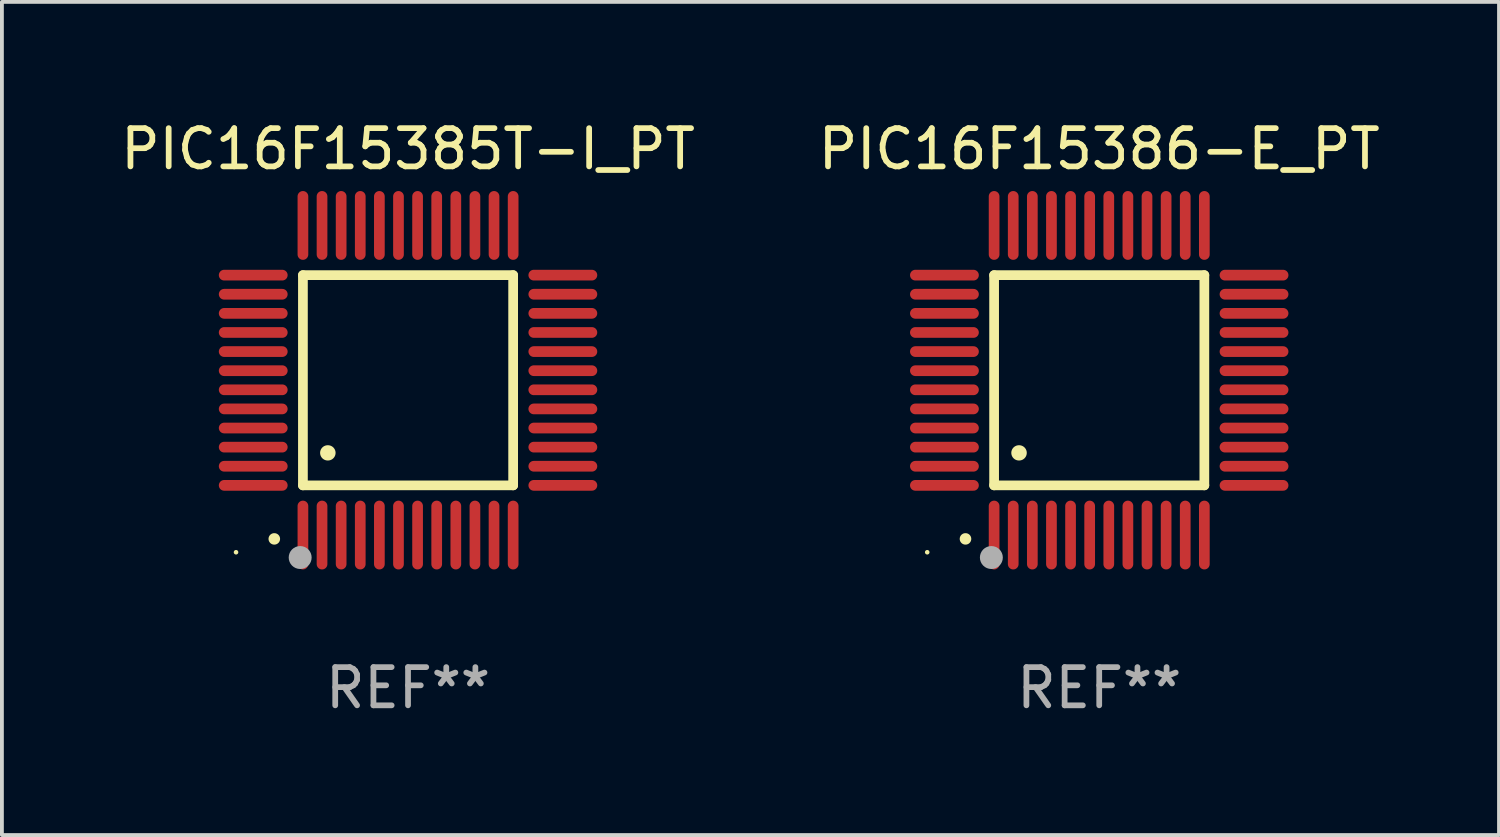
<source format=kicad_pcb>
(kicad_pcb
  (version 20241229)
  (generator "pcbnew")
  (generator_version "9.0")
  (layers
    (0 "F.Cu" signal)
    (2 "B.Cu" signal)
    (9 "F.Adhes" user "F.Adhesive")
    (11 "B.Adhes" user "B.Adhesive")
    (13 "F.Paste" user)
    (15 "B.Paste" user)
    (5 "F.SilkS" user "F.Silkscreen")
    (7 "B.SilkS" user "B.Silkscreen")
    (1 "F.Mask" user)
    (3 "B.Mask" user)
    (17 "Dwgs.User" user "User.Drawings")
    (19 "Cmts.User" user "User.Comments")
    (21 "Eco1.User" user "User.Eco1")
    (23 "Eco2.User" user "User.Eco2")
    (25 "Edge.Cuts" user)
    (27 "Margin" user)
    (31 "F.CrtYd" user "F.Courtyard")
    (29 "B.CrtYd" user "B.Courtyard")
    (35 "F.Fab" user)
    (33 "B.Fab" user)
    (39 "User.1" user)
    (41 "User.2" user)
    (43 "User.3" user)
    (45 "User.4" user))
  (footprint "PIC16F15385T-I_PT"
    (layer "F.Cu")
    (at 7.625 6.898)
    (property "Reference" "PIC16F15385T-I_PT" (at 0 -6.05 0) (layer "F.SilkS") (effects (font (size 1 1) (thickness 0.15))))
    (attr through_hole)
    (fp_line (start -2.75 -2.75) (end 2.75 -2.75) (stroke (width 0.254) (type solid)) (layer "F.SilkS"))
    (fp_line (start -2.75 2.75) (end -2.75 -2.75) (stroke (width 0.254) (type solid)) (layer "F.SilkS"))
    (fp_line (start 2.75 -2.75) (end 2.75 2.75) (stroke (width 0.254) (type solid)) (layer "F.SilkS"))
    (fp_line (start 2.75 2.75) (end -2.75 2.75) (stroke (width 0.254) (type solid)) (layer "F.SilkS"))
    (fp_arc (start -3.500127 4.150368) (mid -3.498857 4.150363) (end -3.497587 4.150368) (stroke (width 0.3) (type solid)) (layer "F.SilkS"))
    (fp_arc (start -2.100584 1.899924) (mid -2.098044 1.899908) (end -2.095504 1.899924) (stroke (width 0.4) (type solid)) (layer "F.SilkS"))
    (fp_circle (center -4.5 4.5) (end -4.47 4.5) (stroke (width 0.06) (type solid)) (fill no) (layer "F.SilkS"))
    (fp_circle (center -2.822 4.638) (end -2.672 4.638) (stroke (width 0.3) (type solid)) (fill no) (layer "F.Fab"))
    (fp_text user "REF**" (at 0 8.05 0) (layer "F.Fab") (effects (font (size 1 1) (thickness 0.15))))
    (pad "1" smd oval (at -2.75 4.05) (size 0.28 1.8) (layers "F.Cu" "F.Mask" "F.Paste"))
    (pad "2" smd oval (at -2.25 4.05) (size 0.28 1.8) (layers "F.Cu" "F.Mask" "F.Paste"))
    (pad "3" smd oval (at -1.75 4.05) (size 0.28 1.8) (layers "F.Cu" "F.Mask" "F.Paste"))
    (pad "4" smd oval (at -1.25 4.05) (size 0.28 1.8) (layers "F.Cu" "F.Mask" "F.Paste"))
    (pad "5" smd oval (at -0.75 4.05) (size 0.28 1.8) (layers "F.Cu" "F.Mask" "F.Paste"))
    (pad "6" smd oval (at -0.25 4.05) (size 0.28 1.8) (layers "F.Cu" "F.Mask" "F.Paste"))
    (pad "7" smd oval (at 0.25 4.05) (size 0.28 1.8) (layers "F.Cu" "F.Mask" "F.Paste"))
    (pad "8" smd oval (at 0.75 4.05) (size 0.28 1.8) (layers "F.Cu" "F.Mask" "F.Paste"))
    (pad "9" smd oval (at 1.25 4.05) (size 0.28 1.8) (layers "F.Cu" "F.Mask" "F.Paste"))
    (pad "10" smd oval (at 1.75 4.05) (size 0.28 1.8) (layers "F.Cu" "F.Mask" "F.Paste"))
    (pad "11" smd oval (at 2.25 4.05) (size 0.28 1.8) (layers "F.Cu" "F.Mask" "F.Paste"))
    (pad "12" smd oval (at 2.75 4.05) (size 0.28 1.8) (layers "F.Cu" "F.Mask" "F.Paste"))
    (pad "13" smd oval (at 4.05 2.75) (size 1.8 0.28) (layers "F.Cu" "F.Mask" "F.Paste"))
    (pad "14" smd oval (at 4.05 2.25) (size 1.8 0.28) (layers "F.Cu" "F.Mask" "F.Paste"))
    (pad "15" smd oval (at 4.05 1.75) (size 1.8 0.28) (layers "F.Cu" "F.Mask" "F.Paste"))
    (pad "16" smd oval (at 4.05 1.25) (size 1.8 0.28) (layers "F.Cu" "F.Mask" "F.Paste"))
    (pad "17" smd oval (at 4.05 0.75) (size 1.8 0.28) (layers "F.Cu" "F.Mask" "F.Paste"))
    (pad "18" smd oval (at 4.05 0.25) (size 1.8 0.28) (layers "F.Cu" "F.Mask" "F.Paste"))
    (pad "19" smd oval (at 4.05 -0.25) (size 1.8 0.28) (layers "F.Cu" "F.Mask" "F.Paste"))
    (pad "20" smd oval (at 4.05 -0.75) (size 1.8 0.28) (layers "F.Cu" "F.Mask" "F.Paste"))
    (pad "21" smd oval (at 4.05 -1.25) (size 1.8 0.28) (layers "F.Cu" "F.Mask" "F.Paste"))
    (pad "22" smd oval (at 4.05 -1.75) (size 1.8 0.28) (layers "F.Cu" "F.Mask" "F.Paste"))
    (pad "23" smd oval (at 4.05 -2.25) (size 1.8 0.28) (layers "F.Cu" "F.Mask" "F.Paste"))
    (pad "24" smd oval (at 4.05 -2.75) (size 1.8 0.28) (layers "F.Cu" "F.Mask" "F.Paste"))
    (pad "25" smd oval (at 2.75 -4.05) (size 0.28 1.8) (layers "F.Cu" "F.Mask" "F.Paste"))
    (pad "26" smd oval (at 2.25 -4.05) (size 0.28 1.8) (layers "F.Cu" "F.Mask" "F.Paste"))
    (pad "27" smd oval (at 1.75 -4.05) (size 0.28 1.8) (layers "F.Cu" "F.Mask" "F.Paste"))
    (pad "28" smd oval (at 1.25 -4.05) (size 0.28 1.8) (layers "F.Cu" "F.Mask" "F.Paste"))
    (pad "29" smd oval (at 0.75 -4.05) (size 0.28 1.8) (layers "F.Cu" "F.Mask" "F.Paste"))
    (pad "30" smd oval (at 0.25 -4.05) (size 0.28 1.8) (layers "F.Cu" "F.Mask" "F.Paste"))
    (pad "31" smd oval (at -0.25 -4.05) (size 0.28 1.8) (layers "F.Cu" "F.Mask" "F.Paste"))
    (pad "32" smd oval (at -0.75 -4.05) (size 0.28 1.8) (layers "F.Cu" "F.Mask" "F.Paste"))
    (pad "33" smd oval (at -1.25 -4.05) (size 0.28 1.8) (layers "F.Cu" "F.Mask" "F.Paste"))
    (pad "34" smd oval (at -1.75 -4.05) (size 0.28 1.8) (layers "F.Cu" "F.Mask" "F.Paste"))
    (pad "35" smd oval (at -2.25 -4.05) (size 0.28 1.8) (layers "F.Cu" "F.Mask" "F.Paste"))
    (pad "36" smd oval (at -2.75 -4.05) (size 0.28 1.8) (layers "F.Cu" "F.Mask" "F.Paste"))
    (pad "37" smd oval (at -4.05 -2.75) (size 1.8 0.28) (layers "F.Cu" "F.Mask" "F.Paste"))
    (pad "38" smd oval (at -4.05 -2.25) (size 1.8 0.28) (layers "F.Cu" "F.Mask" "F.Paste"))
    (pad "39" smd oval (at -4.05 -1.75) (size 1.8 0.28) (layers "F.Cu" "F.Mask" "F.Paste"))
    (pad "40" smd oval (at -4.05 -1.25) (size 1.8 0.28) (layers "F.Cu" "F.Mask" "F.Paste"))
    (pad "41" smd oval (at -4.05 -0.75) (size 1.8 0.28) (layers "F.Cu" "F.Mask" "F.Paste"))
    (pad "42" smd oval (at -4.05 -0.25) (size 1.8 0.28) (layers "F.Cu" "F.Mask" "F.Paste"))
    (pad "43" smd oval (at -4.05 0.25) (size 1.8 0.28) (layers "F.Cu" "F.Mask" "F.Paste"))
    (pad "44" smd oval (at -4.05 0.75) (size 1.8 0.28) (layers "F.Cu" "F.Mask" "F.Paste"))
    (pad "45" smd oval (at -4.05 1.25) (size 1.8 0.28) (layers "F.Cu" "F.Mask" "F.Paste"))
    (pad "46" smd oval (at -4.05 1.75) (size 1.8 0.28) (layers "F.Cu" "F.Mask" "F.Paste"))
    (pad "47" smd oval (at -4.05 2.25) (size 1.8 0.28) (layers "F.Cu" "F.Mask" "F.Paste"))
    (pad "48" smd oval (at -4.05 2.75) (size 1.8 0.28) (layers "F.Cu" "F.Mask" "F.Paste")))
  (footprint "PIC16F15386-E_PT"
    (layer "F.Cu")
    (at 25.708 6.898)
    (property "Reference" "PIC16F15386-E_PT" (at 0 -6.05 0) (layer "F.SilkS") (effects (font (size 1 1) (thickness 0.15))))
    (attr through_hole)
    (fp_line (start -2.75 -2.75) (end 2.75 -2.75) (stroke (width 0.254) (type solid)) (layer "F.SilkS"))
    (fp_line (start -2.75 2.75) (end -2.75 -2.75) (stroke (width 0.254) (type solid)) (layer "F.SilkS"))
    (fp_line (start 2.75 -2.75) (end 2.75 2.75) (stroke (width 0.254) (type solid)) (layer "F.SilkS"))
    (fp_line (start 2.75 2.75) (end -2.75 2.75) (stroke (width 0.254) (type solid)) (layer "F.SilkS"))
    (fp_arc (start -3.500127 4.150368) (mid -3.498857 4.150363) (end -3.497587 4.150368) (stroke (width 0.3) (type solid)) (layer "F.SilkS"))
    (fp_arc (start -2.100584 1.899924) (mid -2.098044 1.899908) (end -2.095504 1.899924) (stroke (width 0.4) (type solid)) (layer "F.SilkS"))
    (fp_circle (center -4.5 4.5) (end -4.47 4.5) (stroke (width 0.06) (type solid)) (fill no) (layer "F.SilkS"))
    (fp_circle (center -2.822 4.638) (end -2.672 4.638) (stroke (width 0.3) (type solid)) (fill no) (layer "F.Fab"))
    (fp_text user "REF**" (at 0 8.05 0) (layer "F.Fab") (effects (font (size 1 1) (thickness 0.15))))
    (pad "1" smd oval (at -2.75 4.05) (size 0.28 1.8) (layers "F.Cu" "F.Mask" "F.Paste"))
    (pad "2" smd oval (at -2.25 4.05) (size 0.28 1.8) (layers "F.Cu" "F.Mask" "F.Paste"))
    (pad "3" smd oval (at -1.75 4.05) (size 0.28 1.8) (layers "F.Cu" "F.Mask" "F.Paste"))
    (pad "4" smd oval (at -1.25 4.05) (size 0.28 1.8) (layers "F.Cu" "F.Mask" "F.Paste"))
    (pad "5" smd oval (at -0.75 4.05) (size 0.28 1.8) (layers "F.Cu" "F.Mask" "F.Paste"))
    (pad "6" smd oval (at -0.25 4.05) (size 0.28 1.8) (layers "F.Cu" "F.Mask" "F.Paste"))
    (pad "7" smd oval (at 0.25 4.05) (size 0.28 1.8) (layers "F.Cu" "F.Mask" "F.Paste"))
    (pad "8" smd oval (at 0.75 4.05) (size 0.28 1.8) (layers "F.Cu" "F.Mask" "F.Paste"))
    (pad "9" smd oval (at 1.25 4.05) (size 0.28 1.8) (layers "F.Cu" "F.Mask" "F.Paste"))
    (pad "10" smd oval (at 1.75 4.05) (size 0.28 1.8) (layers "F.Cu" "F.Mask" "F.Paste"))
    (pad "11" smd oval (at 2.25 4.05) (size 0.28 1.8) (layers "F.Cu" "F.Mask" "F.Paste"))
    (pad "12" smd oval (at 2.75 4.05) (size 0.28 1.8) (layers "F.Cu" "F.Mask" "F.Paste"))
    (pad "13" smd oval (at 4.05 2.75) (size 1.8 0.28) (layers "F.Cu" "F.Mask" "F.Paste"))
    (pad "14" smd oval (at 4.05 2.25) (size 1.8 0.28) (layers "F.Cu" "F.Mask" "F.Paste"))
    (pad "15" smd oval (at 4.05 1.75) (size 1.8 0.28) (layers "F.Cu" "F.Mask" "F.Paste"))
    (pad "16" smd oval (at 4.05 1.25) (size 1.8 0.28) (layers "F.Cu" "F.Mask" "F.Paste"))
    (pad "17" smd oval (at 4.05 0.75) (size 1.8 0.28) (layers "F.Cu" "F.Mask" "F.Paste"))
    (pad "18" smd oval (at 4.05 0.25) (size 1.8 0.28) (layers "F.Cu" "F.Mask" "F.Paste"))
    (pad "19" smd oval (at 4.05 -0.25) (size 1.8 0.28) (layers "F.Cu" "F.Mask" "F.Paste"))
    (pad "20" smd oval (at 4.05 -0.75) (size 1.8 0.28) (layers "F.Cu" "F.Mask" "F.Paste"))
    (pad "21" smd oval (at 4.05 -1.25) (size 1.8 0.28) (layers "F.Cu" "F.Mask" "F.Paste"))
    (pad "22" smd oval (at 4.05 -1.75) (size 1.8 0.28) (layers "F.Cu" "F.Mask" "F.Paste"))
    (pad "23" smd oval (at 4.05 -2.25) (size 1.8 0.28) (layers "F.Cu" "F.Mask" "F.Paste"))
    (pad "24" smd oval (at 4.05 -2.75) (size 1.8 0.28) (layers "F.Cu" "F.Mask" "F.Paste"))
    (pad "25" smd oval (at 2.75 -4.05) (size 0.28 1.8) (layers "F.Cu" "F.Mask" "F.Paste"))
    (pad "26" smd oval (at 2.25 -4.05) (size 0.28 1.8) (layers "F.Cu" "F.Mask" "F.Paste"))
    (pad "27" smd oval (at 1.75 -4.05) (size 0.28 1.8) (layers "F.Cu" "F.Mask" "F.Paste"))
    (pad "28" smd oval (at 1.25 -4.05) (size 0.28 1.8) (layers "F.Cu" "F.Mask" "F.Paste"))
    (pad "29" smd oval (at 0.75 -4.05) (size 0.28 1.8) (layers "F.Cu" "F.Mask" "F.Paste"))
    (pad "30" smd oval (at 0.25 -4.05) (size 0.28 1.8) (layers "F.Cu" "F.Mask" "F.Paste"))
    (pad "31" smd oval (at -0.25 -4.05) (size 0.28 1.8) (layers "F.Cu" "F.Mask" "F.Paste"))
    (pad "32" smd oval (at -0.75 -4.05) (size 0.28 1.8) (layers "F.Cu" "F.Mask" "F.Paste"))
    (pad "33" smd oval (at -1.25 -4.05) (size 0.28 1.8) (layers "F.Cu" "F.Mask" "F.Paste"))
    (pad "34" smd oval (at -1.75 -4.05) (size 0.28 1.8) (layers "F.Cu" "F.Mask" "F.Paste"))
    (pad "35" smd oval (at -2.25 -4.05) (size 0.28 1.8) (layers "F.Cu" "F.Mask" "F.Paste"))
    (pad "36" smd oval (at -2.75 -4.05) (size 0.28 1.8) (layers "F.Cu" "F.Mask" "F.Paste"))
    (pad "37" smd oval (at -4.05 -2.75) (size 1.8 0.28) (layers "F.Cu" "F.Mask" "F.Paste"))
    (pad "38" smd oval (at -4.05 -2.25) (size 1.8 0.28) (layers "F.Cu" "F.Mask" "F.Paste"))
    (pad "39" smd oval (at -4.05 -1.75) (size 1.8 0.28) (layers "F.Cu" "F.Mask" "F.Paste"))
    (pad "40" smd oval (at -4.05 -1.25) (size 1.8 0.28) (layers "F.Cu" "F.Mask" "F.Paste"))
    (pad "41" smd oval (at -4.05 -0.75) (size 1.8 0.28) (layers "F.Cu" "F.Mask" "F.Paste"))
    (pad "42" smd oval (at -4.05 -0.25) (size 1.8 0.28) (layers "F.Cu" "F.Mask" "F.Paste"))
    (pad "43" smd oval (at -4.05 0.25) (size 1.8 0.28) (layers "F.Cu" "F.Mask" "F.Paste"))
    (pad "44" smd oval (at -4.05 0.75) (size 1.8 0.28) (layers "F.Cu" "F.Mask" "F.Paste"))
    (pad "45" smd oval (at -4.05 1.25) (size 1.8 0.28) (layers "F.Cu" "F.Mask" "F.Paste"))
    (pad "46" smd oval (at -4.05 1.75) (size 1.8 0.28) (layers "F.Cu" "F.Mask" "F.Paste"))
    (pad "47" smd oval (at -4.05 2.25) (size 1.8 0.28) (layers "F.Cu" "F.Mask" "F.Paste"))
    (pad "48" smd oval (at -4.05 2.75) (size 1.8 0.28) (layers "F.Cu" "F.Mask" "F.Paste")))
  (gr_rect
    (start -3 -3)
    (end 36.167 18.797)
    (stroke (width 0.1) (type default))
    (fill no)
    (layer "Edge.Cuts")))
</source>
